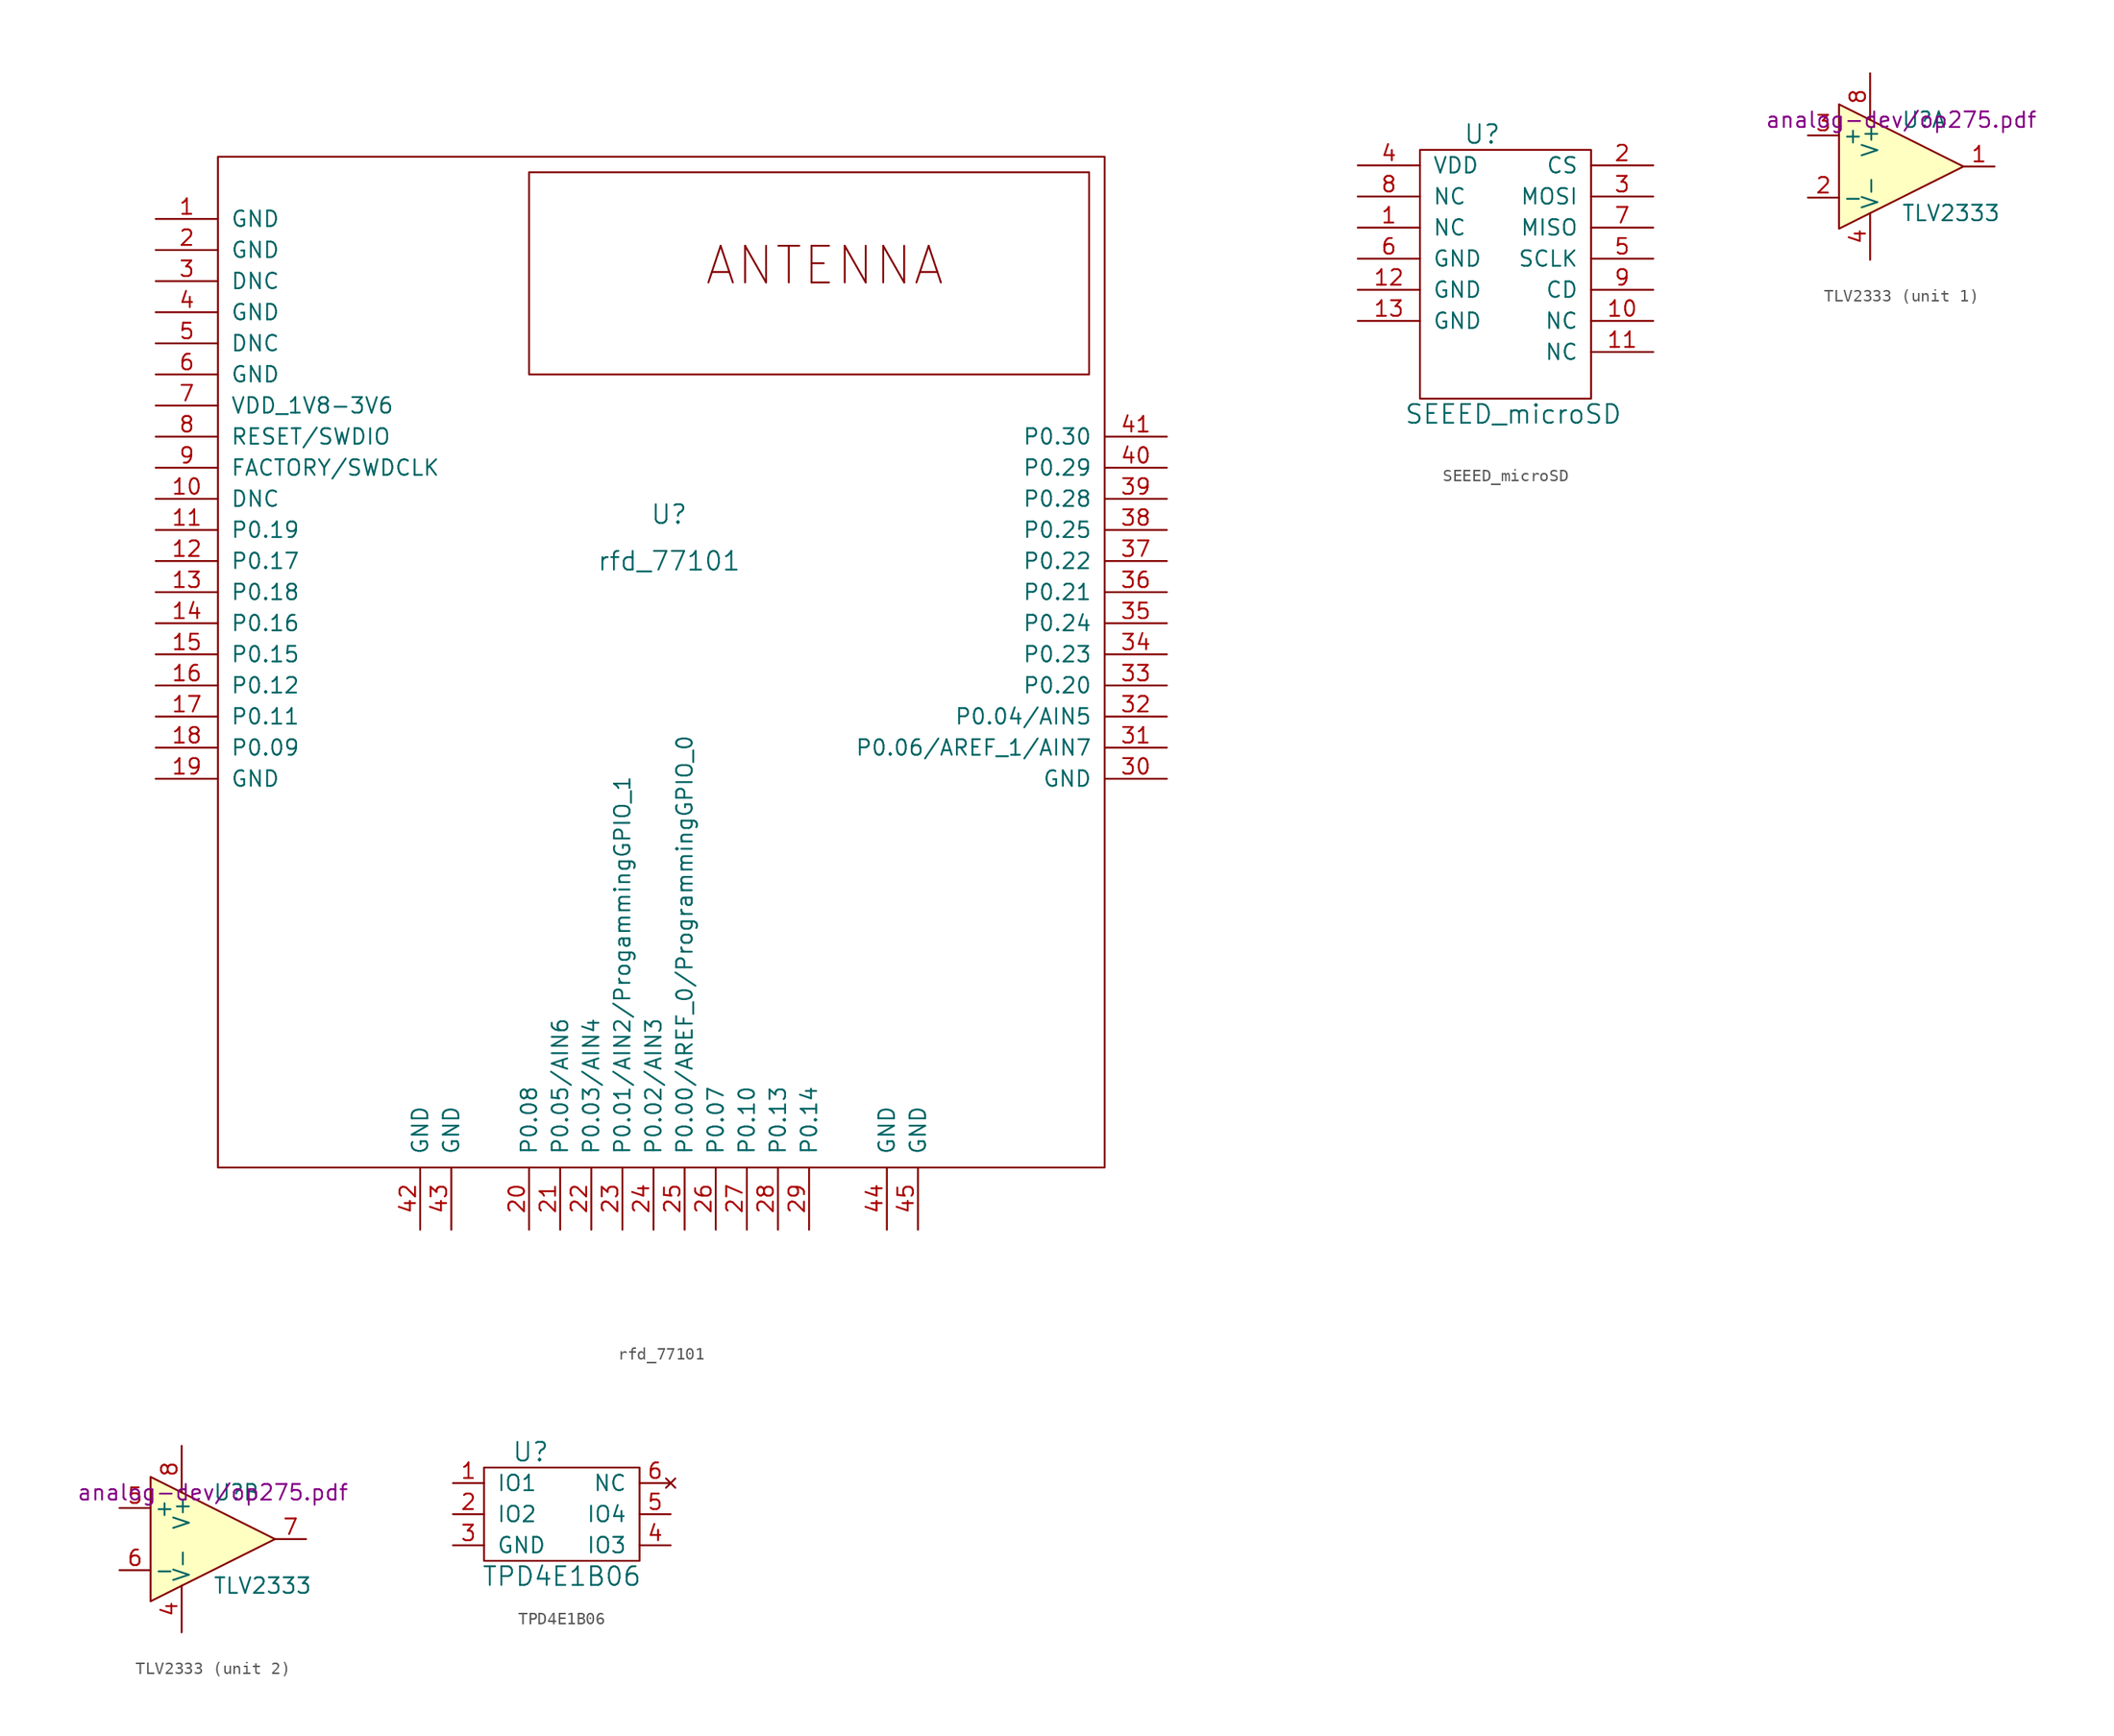
<source format=kicad_sym>
(kicad_symbol_lib
  (version 20231120)
  (generator "kicad_symbol_editor")
  (generator_version "8.0")
  (symbol "rfd_77101"
    (pin_names
      (offset 1.016))
    (property "Reference" "U"
      (at 0 3.81 0)
      (effects (font (size 1.524 1.524))))
    (property "Value" "rfd_77101"
      (at 0 0 0)
      (effects (font (size 1.524 1.524))))
    (property "Footprint" ""
      (at -1.27 0 0)
      (effects (font (size 1.524 1.524))))
    (property "Datasheet" ""
      (at -1.27 0 0)
      (effects (font (size 1.524 1.524))))
    (symbol "rfd_77101_0_0"
      (text "ANTENNA" (at 12.7 24.13 0) (effects (font (size 2.997 2.997)))))
    (symbol "rfd_77101_0_1"
      (rectangle (start -36.83 -49.53) (end 35.56 33.02) (stroke (width 0) (type solid)) (fill (type none)))
      (rectangle (start 34.29 15.24) (end -11.43 31.75) (stroke (width 0) (type solid)) (fill (type none))))
    (symbol "rfd_77101_1_1"
      (pin power_in line (at -41.91 27.94 0) (length 5.08) (name "GND" (effects (font (size 1.27 1.27)))) (number "1" (effects (font (size 1.27 1.27)))))
      (pin unspecified line (at -41.91 5.08 0) (length 5.08) (name "DNC" (effects (font (size 1.27 1.27)))) (number "10" (effects (font (size 1.27 1.27)))))
      (pin bidirectional line (at -41.91 2.54 0) (length 5.08) (name "P0.19" (effects (font (size 1.27 1.27)))) (number "11" (effects (font (size 1.27 1.27)))))
      (pin bidirectional line (at -41.91 0 0) (length 5.08) (name "P0.17" (effects (font (size 1.27 1.27)))) (number "12" (effects (font (size 1.27 1.27)))))
      (pin bidirectional line (at -41.91 -2.54 0) (length 5.08) (name "P0.18" (effects (font (size 1.27 1.27)))) (number "13" (effects (font (size 1.27 1.27)))))
      (pin bidirectional line (at -41.91 -5.08 0) (length 5.08) (name "P0.16" (effects (font (size 1.27 1.27)))) (number "14" (effects (font (size 1.27 1.27)))))
      (pin bidirectional line (at -41.91 -7.62 0) (length 5.08) (name "P0.15" (effects (font (size 1.27 1.27)))) (number "15" (effects (font (size 1.27 1.27)))))
      (pin bidirectional line (at -41.91 -10.16 0) (length 5.08) (name "P0.12" (effects (font (size 1.27 1.27)))) (number "16" (effects (font (size 1.27 1.27)))))
      (pin bidirectional line (at -41.91 -12.7 0) (length 5.08) (name "P0.11" (effects (font (size 1.27 1.27)))) (number "17" (effects (font (size 1.27 1.27)))))
      (pin bidirectional line (at -41.91 -15.24 0) (length 5.08) (name "P0.09" (effects (font (size 1.27 1.27)))) (number "18" (effects (font (size 1.27 1.27)))))
      (pin power_in line (at -41.91 -17.78 0) (length 5.08) (name "GND" (effects (font (size 1.27 1.27)))) (number "19" (effects (font (size 1.27 1.27)))))
      (pin power_in line (at -41.91 25.4 0) (length 5.08) (name "GND" (effects (font (size 1.27 1.27)))) (number "2" (effects (font (size 1.27 1.27)))))
      (pin bidirectional line (at -11.43 -54.61 90) (length 5.08) (name "P0.08" (effects (font (size 1.27 1.27)))) (number "20" (effects (font (size 1.27 1.27)))))
      (pin bidirectional line (at -8.89 -54.61 90) (length 5.08) (name "P0.05/AIN6" (effects (font (size 1.27 1.27)))) (number "21" (effects (font (size 1.27 1.27)))))
      (pin bidirectional line (at -6.35 -54.61 90) (length 5.08) (name "P0.03/AIN4" (effects (font (size 1.27 1.27)))) (number "22" (effects (font (size 1.27 1.27)))))
      (pin bidirectional line (at -3.81 -54.61 90) (length 5.08) (name "P0.01/AIN2/ProgammingGPIO_1" (effects (font (size 1.27 1.27)))) (number "23" (effects (font (size 1.27 1.27)))))
      (pin bidirectional line (at -1.27 -54.61 90) (length 5.08) (name "P0.02/AIN3" (effects (font (size 1.27 1.27)))) (number "24" (effects (font (size 1.27 1.27)))))
      (pin bidirectional line (at 1.27 -54.61 90) (length 5.08) (name "P0.00/AREF_0/ProgrammingGPIO_0" (effects (font (size 1.27 1.27)))) (number "25" (effects (font (size 1.27 1.27)))))
      (pin bidirectional line (at 3.81 -54.61 90) (length 5.08) (name "P0.07" (effects (font (size 1.27 1.27)))) (number "26" (effects (font (size 1.27 1.27)))))
      (pin bidirectional line (at 6.35 -54.61 90) (length 5.08) (name "P0.10" (effects (font (size 1.27 1.27)))) (number "27" (effects (font (size 1.27 1.27)))))
      (pin bidirectional line (at 8.89 -54.61 90) (length 5.08) (name "P0.13" (effects (font (size 1.27 1.27)))) (number "28" (effects (font (size 1.27 1.27)))))
      (pin bidirectional line (at 11.43 -54.61 90) (length 5.08) (name "P0.14" (effects (font (size 1.27 1.27)))) (number "29" (effects (font (size 1.27 1.27)))))
      (pin unspecified line (at -41.91 22.86 0) (length 5.08) (name "DNC" (effects (font (size 1.27 1.27)))) (number "3" (effects (font (size 1.27 1.27)))))
      (pin power_in line (at 40.64 -17.78 180) (length 5.08) (name "GND" (effects (font (size 1.27 1.27)))) (number "30" (effects (font (size 1.27 1.27)))))
      (pin bidirectional line (at 40.64 -15.24 180) (length 5.08) (name "P0.06/AREF_1/AIN7" (effects (font (size 1.27 1.27)))) (number "31" (effects (font (size 1.27 1.27)))))
      (pin bidirectional line (at 40.64 -12.7 180) (length 5.08) (name "P0.04/AIN5" (effects (font (size 1.27 1.27)))) (number "32" (effects (font (size 1.27 1.27)))))
      (pin bidirectional line (at 40.64 -10.16 180) (length 5.08) (name "P0.20" (effects (font (size 1.27 1.27)))) (number "33" (effects (font (size 1.27 1.27)))))
      (pin bidirectional line (at 40.64 -7.62 180) (length 5.08) (name "P0.23" (effects (font (size 1.27 1.27)))) (number "34" (effects (font (size 1.27 1.27)))))
      (pin bidirectional line (at 40.64 -5.08 180) (length 5.08) (name "P0.24" (effects (font (size 1.27 1.27)))) (number "35" (effects (font (size 1.27 1.27)))))
      (pin bidirectional line (at 40.64 -2.54 180) (length 5.08) (name "P0.21" (effects (font (size 1.27 1.27)))) (number "36" (effects (font (size 1.27 1.27)))))
      (pin bidirectional line (at 40.64 0 180) (length 5.08) (name "P0.22" (effects (font (size 1.27 1.27)))) (number "37" (effects (font (size 1.27 1.27)))))
      (pin bidirectional line (at 40.64 2.54 180) (length 5.08) (name "P0.25" (effects (font (size 1.27 1.27)))) (number "38" (effects (font (size 1.27 1.27)))))
      (pin bidirectional line (at 40.64 5.08 180) (length 5.08) (name "P0.28" (effects (font (size 1.27 1.27)))) (number "39" (effects (font (size 1.27 1.27)))))
      (pin power_in line (at -41.91 20.32 0) (length 5.08) (name "GND" (effects (font (size 1.27 1.27)))) (number "4" (effects (font (size 1.27 1.27)))))
      (pin bidirectional line (at 40.64 7.62 180) (length 5.08) (name "P0.29" (effects (font (size 1.27 1.27)))) (number "40" (effects (font (size 1.27 1.27)))))
      (pin bidirectional line (at 40.64 10.16 180) (length 5.08) (name "P0.30" (effects (font (size 1.27 1.27)))) (number "41" (effects (font (size 1.27 1.27)))))
      (pin power_in line (at -20.32 -54.61 90) (length 5.08) (name "GND" (effects (font (size 1.27 1.27)))) (number "42" (effects (font (size 1.27 1.27)))))
      (pin power_in line (at -17.78 -54.61 90) (length 5.08) (name "GND" (effects (font (size 1.27 1.27)))) (number "43" (effects (font (size 1.27 1.27)))))
      (pin power_in line (at 17.78 -54.61 90) (length 5.08) (name "GND" (effects (font (size 1.27 1.27)))) (number "44" (effects (font (size 1.27 1.27)))))
      (pin power_in line (at 20.32 -54.61 90) (length 5.08) (name "GND" (effects (font (size 1.27 1.27)))) (number "45" (effects (font (size 1.27 1.27)))))
      (pin unspecified line (at -41.91 17.78 0) (length 5.08) (name "DNC" (effects (font (size 1.27 1.27)))) (number "5" (effects (font (size 1.27 1.27)))))
      (pin power_in line (at -41.91 15.24 0) (length 5.08) (name "GND" (effects (font (size 1.27 1.27)))) (number "6" (effects (font (size 1.27 1.27)))))
      (pin power_in line (at -41.91 12.7 0) (length 5.08) (name "VDD_1V8-3V6" (effects (font (size 1.27 1.27)))) (number "7" (effects (font (size 1.27 1.27)))))
      (pin bidirectional line (at -41.91 10.16 0) (length 5.08) (name "RESET/SWDIO" (effects (font (size 1.27 1.27)))) (number "8" (effects (font (size 1.27 1.27)))))
      (pin power_in line (at -41.91 7.62 0) (length 5.08) (name "FACTORY/SWDCLK" (effects (font (size 1.27 1.27)))) (number "9" (effects (font (size 1.27 1.27)))))))
  (symbol "SEEED_microSD"
    (pin_names
      (offset 1.016))
    (property "Reference" "U"
      (at -2.54 11.43 0)
      (effects (font (size 1.524 1.524))))
    (property "Value" "SEEED_microSD"
      (at 0 -11.43 0)
      (effects (font (size 1.524 1.524))))
    (property "Footprint" ""
      (at 6.35 15.24 0)
      (effects (font (size 1.524 1.524))))
    (property "Datasheet" ""
      (at 6.35 15.24 0)
      (effects (font (size 1.524 1.524))))
    (symbol "SEEED_microSD_0_1"
      (rectangle (start -7.62 10.16) (end 6.35 -10.16) (stroke (width 0) (type solid)) (fill (type none))))
    (symbol "SEEED_microSD_1_1"
      (pin input line (at -12.7 3.81 0) (length 5.08) (name "NC" (effects (font (size 1.27 1.27)))) (number "1" (effects (font (size 1.27 1.27)))))
      (pin input line (at 11.43 -3.81 180) (length 5.08) (name "NC" (effects (font (size 1.27 1.27)))) (number "10" (effects (font (size 1.27 1.27)))))
      (pin input line (at 11.43 -6.35 180) (length 5.08) (name "NC" (effects (font (size 1.27 1.27)))) (number "11" (effects (font (size 1.27 1.27)))))
      (pin input line (at -12.7 -1.27 0) (length 5.08) (name "GND" (effects (font (size 1.27 1.27)))) (number "12" (effects (font (size 1.27 1.27)))))
      (pin input line (at -12.7 -3.81 0) (length 5.08) (name "GND" (effects (font (size 1.27 1.27)))) (number "13" (effects (font (size 1.27 1.27)))))
      (pin input line (at 11.43 8.89 180) (length 5.08) (name "CS" (effects (font (size 1.27 1.27)))) (number "2" (effects (font (size 1.27 1.27)))))
      (pin input line (at 11.43 6.35 180) (length 5.08) (name "MOSI" (effects (font (size 1.27 1.27)))) (number "3" (effects (font (size 1.27 1.27)))))
      (pin input line (at -12.7 8.89 0) (length 5.08) (name "VDD" (effects (font (size 1.27 1.27)))) (number "4" (effects (font (size 1.27 1.27)))))
      (pin input line (at 11.43 1.27 180) (length 5.08) (name "SCLK" (effects (font (size 1.27 1.27)))) (number "5" (effects (font (size 1.27 1.27)))))
      (pin input line (at -12.7 1.27 0) (length 5.08) (name "GND" (effects (font (size 1.27 1.27)))) (number "6" (effects (font (size 1.27 1.27)))))
      (pin input line (at 11.43 3.81 180) (length 5.08) (name "MISO" (effects (font (size 1.27 1.27)))) (number "7" (effects (font (size 1.27 1.27)))))
      (pin input line (at -12.7 6.35 0) (length 5.08) (name "NC" (effects (font (size 1.27 1.27)))) (number "8" (effects (font (size 1.27 1.27)))))
      (pin input line (at 11.43 -1.27 180) (length 5.08) (name "CD" (effects (font (size 1.27 1.27)))) (number "9" (effects (font (size 1.27 1.27)))))))
  (symbol "TLV2333"
    (pin_names
      (offset 0.254))
    (property "Reference" "U"
      (at 0 3.81 0)
      (effects (font (size 1.27 1.27)) (justify left)))
    (property "Value" "TLV2333"
      (at 0 -3.81 0)
      (effects (font (size 1.27 1.27)) (justify left)))
    (property "Footprint" ""
      (at -2.54 1.27 0)
      (effects (font (size 1.27 1.27))))
    (property "Datasheet" "analog-dev/op275.pdf"
      (at 0 3.81 0)
      (effects (font (size 1.27 1.27))))
    (symbol "TLV2333_0_1"
      (polyline (pts (xy -5.08 5.08) (xy 5.08 0) (xy -5.08 -5.08) (xy -5.08 5.08)) (stroke (width 0.152) (type solid)) (fill (type background)))
      (pin power_in line (at -2.54 -7.62 90) (length 3.81) (name "V-" (effects (font (size 1.27 1.27)))) (number "4" (effects (font (size 1.27 1.27)))))
      (pin power_in line (at -2.54 7.62 270) (length 3.81) (name "V+" (effects (font (size 1.27 1.27)))) (number "8" (effects (font (size 1.27 1.27))))))
    (symbol "TLV2333_1_1"
      (pin output line (at 7.62 0 180) (length 2.54) (name "~" (effects (font (size 1.27 1.27)))) (number "1" (effects (font (size 1.27 1.27)))))
      (pin input line (at -7.62 -2.54 0) (length 2.54) (name "-" (effects (font (size 1.27 1.27)))) (number "2" (effects (font (size 1.27 1.27)))))
      (pin input line (at -7.62 2.54 0) (length 2.54) (name "+" (effects (font (size 1.27 1.27)))) (number "3" (effects (font (size 1.27 1.27))))))
    (symbol "TLV2333_2_1"
      (pin input line (at -7.62 2.54 0) (length 2.54) (name "+" (effects (font (size 1.27 1.27)))) (number "5" (effects (font (size 1.27 1.27)))))
      (pin input line (at -7.62 -2.54 0) (length 2.54) (name "-" (effects (font (size 1.27 1.27)))) (number "6" (effects (font (size 1.27 1.27)))))
      (pin output line (at 7.62 0 180) (length 2.54) (name "~" (effects (font (size 1.27 1.27)))) (number "7" (effects (font (size 1.27 1.27)))))))
  (symbol "TPD4E1B06"
    (pin_names
      (offset 1.016))
    (property "Reference" "U"
      (at -3.81 3.81 0)
      (effects (font (size 1.524 1.524))))
    (property "Value" "TPD4E1B06"
      (at -1.27 -6.35 0)
      (effects (font (size 1.524 1.524))))
    (property "Footprint" ""
      (at 0 0 0)
      (effects (font (size 1.524 1.524))))
    (property "Datasheet" ""
      (at 0 0 0)
      (effects (font (size 1.524 1.524))))
    (symbol "TPD4E1B06_0_1"
      (rectangle (start -7.62 2.54) (end 5.08 -5.08) (stroke (width 0) (type solid)) (fill (type none))))
    (symbol "TPD4E1B06_1_1"
      (pin passive line (at -10.16 1.27 0) (length 2.54) (name "IO1" (effects (font (size 1.27 1.27)))) (number "1" (effects (font (size 1.27 1.27)))))
      (pin passive line (at -10.16 -1.27 0) (length 2.54) (name "IO2" (effects (font (size 1.27 1.27)))) (number "2" (effects (font (size 1.27 1.27)))))
      (pin passive line (at -10.16 -3.81 0) (length 2.54) (name "GND" (effects (font (size 1.27 1.27)))) (number "3" (effects (font (size 1.27 1.27)))))
      (pin passive line (at 7.62 -3.81 180) (length 2.54) (name "IO3" (effects (font (size 1.27 1.27)))) (number "4" (effects (font (size 1.27 1.27)))))
      (pin passive line (at 7.62 -1.27 180) (length 2.54) (name "IO4" (effects (font (size 1.27 1.27)))) (number "5" (effects (font (size 1.27 1.27)))))
      (pin no_connect line (at 7.62 1.27 180) (length 2.54) (name "NC" (effects (font (size 1.27 1.27)))) (number "6" (effects (font (size 1.27 1.27))))))))
</source>
